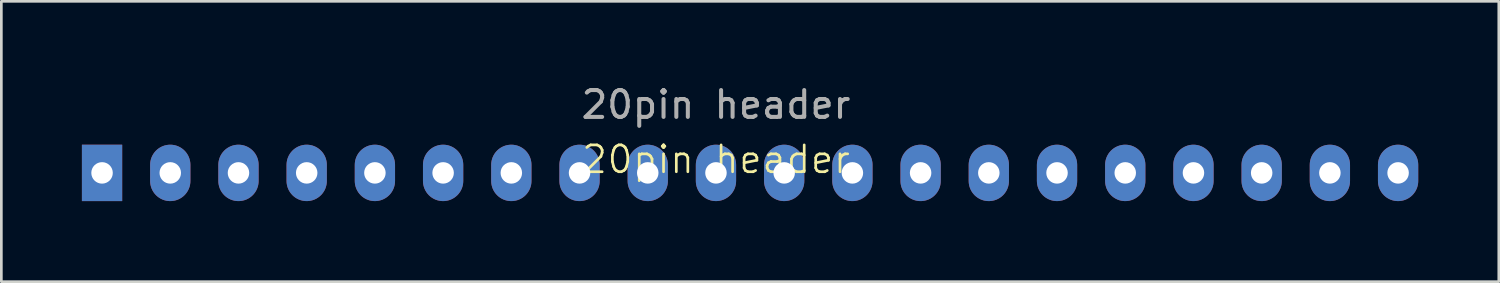
<source format=kicad_pcb>
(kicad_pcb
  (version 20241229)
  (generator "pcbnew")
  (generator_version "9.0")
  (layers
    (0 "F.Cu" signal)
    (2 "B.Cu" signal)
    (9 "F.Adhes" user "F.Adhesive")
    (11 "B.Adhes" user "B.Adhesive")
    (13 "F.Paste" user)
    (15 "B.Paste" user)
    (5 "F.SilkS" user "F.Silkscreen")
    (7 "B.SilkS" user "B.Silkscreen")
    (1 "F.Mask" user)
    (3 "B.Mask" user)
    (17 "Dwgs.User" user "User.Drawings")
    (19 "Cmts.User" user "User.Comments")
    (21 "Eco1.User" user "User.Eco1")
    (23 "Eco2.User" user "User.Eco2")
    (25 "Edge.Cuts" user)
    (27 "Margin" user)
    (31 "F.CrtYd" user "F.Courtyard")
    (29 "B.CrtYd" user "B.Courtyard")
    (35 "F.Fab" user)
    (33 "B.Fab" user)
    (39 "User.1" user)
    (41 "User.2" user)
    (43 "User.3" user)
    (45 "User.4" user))
  (footprint "20pin header"
    (layer "F.Cu")
    (at 23.61 3.388)
    (property "Reference" "20pin header" (at 0 -0.5 0) (unlocked yes) (layer "F.SilkS") (effects (font (size 1 1) (thickness 0.1))))
    (attr through_hole)
    (fp_text user "${REFERENCE}" (at 0 -2.54 0) (unlocked yes) (layer "F.Fab") (effects (font (size 1 1) (thickness 0.15))))
    (pad "1" thru_hole rect (at -22.86 0) (size 1.5 2.1) (drill 0.8) (layers "*.Cu" "*.Mask"))
    (pad "2" thru_hole oval (at -20.32 0) (size 1.5 2.1) (drill 0.8) (layers "*.Cu" "*.Mask"))
    (pad "3" thru_hole oval (at -17.78 0) (size 1.5 2.1) (drill 0.8) (layers "*.Cu" "*.Mask"))
    (pad "4" thru_hole oval (at -15.24 0) (size 1.5 2.1) (drill 0.8) (layers "*.Cu" "*.Mask"))
    (pad "5" thru_hole oval (at -12.7 0) (size 1.5 2.1) (drill 0.8) (layers "*.Cu" "*.Mask"))
    (pad "6" thru_hole oval (at -10.16 0) (size 1.5 2.1) (drill 0.8) (layers "*.Cu" "*.Mask"))
    (pad "7" thru_hole oval (at -7.62 0) (size 1.5 2.1) (drill 0.8) (layers "*.Cu" "*.Mask"))
    (pad "8" thru_hole oval (at -5.08 0) (size 1.5 2.1) (drill 0.8) (layers "*.Cu" "*.Mask"))
    (pad "9" thru_hole oval (at -2.54 0) (size 1.5 2.1) (drill 0.8) (layers "*.Cu" "*.Mask"))
    (pad "10" thru_hole oval (at 0 0) (size 1.5 2.1) (drill 0.8) (layers "*.Cu" "*.Mask"))
    (pad "11" thru_hole oval (at 2.54 0) (size 1.5 2.1) (drill 0.8) (layers "*.Cu" "*.Mask"))
    (pad "12" thru_hole oval (at 5.08 0) (size 1.5 2.1) (drill 0.8) (layers "*.Cu" "*.Mask"))
    (pad "13" thru_hole oval (at 7.62 0) (size 1.5 2.1) (drill 0.8) (layers "*.Cu" "*.Mask"))
    (pad "14" thru_hole oval (at 10.16 0) (size 1.5 2.1) (drill 0.8) (layers "*.Cu" "*.Mask"))
    (pad "15" thru_hole oval (at 12.7 0) (size 1.5 2.1) (drill 0.8) (layers "*.Cu" "*.Mask"))
    (pad "16" thru_hole oval (at 15.24 0) (size 1.5 2.1) (drill 0.8) (layers "*.Cu" "*.Mask"))
    (pad "17" thru_hole oval (at 17.78 0) (size 1.5 2.1) (drill 0.8) (layers "*.Cu" "*.Mask"))
    (pad "18" thru_hole oval (at 20.32 0) (size 1.5 2.1) (drill 0.8) (layers "*.Cu" "*.Mask"))
    (pad "19" thru_hole oval (at 22.86 0) (size 1.5 2.1) (drill 0.8) (layers "*.Cu" "*.Mask"))
    (pad "20" thru_hole oval (at 25.4 0) (size 1.5 2.1) (drill 0.8) (layers "*.Cu" "*.Mask")))
  (gr_rect
    (start -3 -3)
    (end 52.76 7.438)
    (stroke (width 0.1) (type default))
    (fill no)
    (layer "Edge.Cuts")))
</source>
